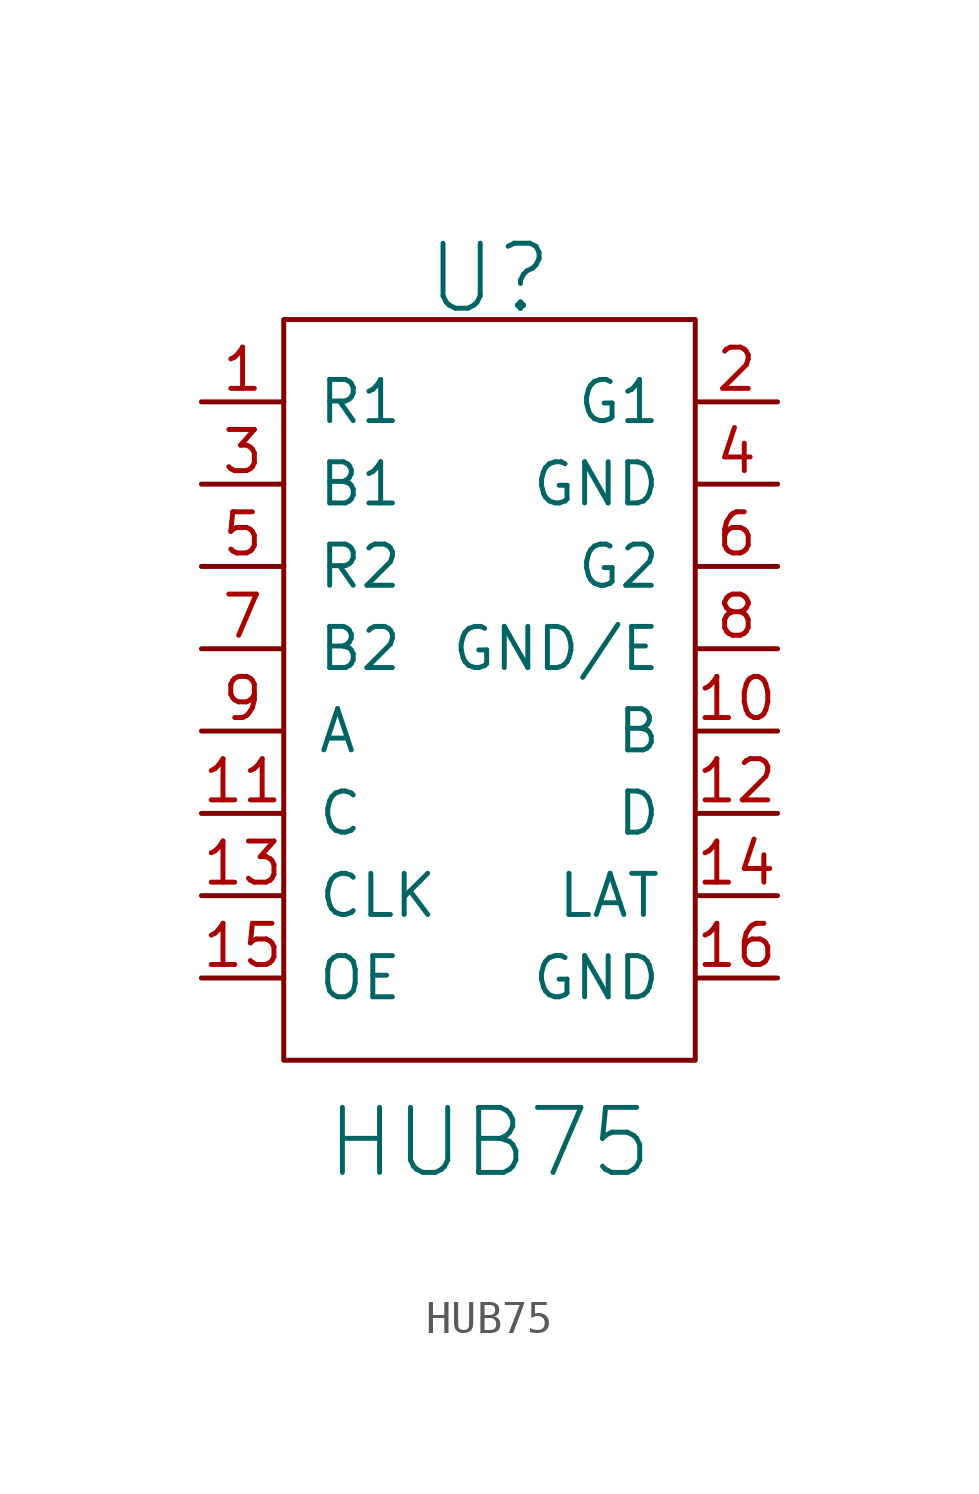
<source format=kicad_sym>
(kicad_symbol_lib
  (version 20220914)
  (generator kicad_symbol_editor)
  (symbol "HUB75"
    (pin_names
      (offset 1.016))
    (property "Reference" "U"
      (at 0 15.24 0)
      (effects (font (size 2.007 2.007))))
    (property "Value" "HUB75"
      (at 0 -11.43 0)
      (effects (font (size 2.007 2.007))))
    (symbol "HUB75_0_1"
      (rectangle (start -6.35 13.97) (end 6.35 -8.89) (stroke (width 0) (type solid)) (fill (type none))))
    (symbol "HUB75_1_1"
      (pin input line (at -8.89 11.43 0) (length 2.54) (name "R1" (effects (font (size 1.27 1.27)))) (number "1" (effects (font (size 1.27 1.27)))))
      (pin input line (at 8.89 1.27 180) (length 2.54) (name "B" (effects (font (size 1.27 1.27)))) (number "10" (effects (font (size 1.27 1.27)))))
      (pin input line (at -8.89 -1.27 0) (length 2.54) (name "C" (effects (font (size 1.27 1.27)))) (number "11" (effects (font (size 1.27 1.27)))))
      (pin input line (at 8.89 -1.27 180) (length 2.54) (name "D" (effects (font (size 1.27 1.27)))) (number "12" (effects (font (size 1.27 1.27)))))
      (pin input line (at -8.89 -3.81 0) (length 2.54) (name "CLK" (effects (font (size 1.27 1.27)))) (number "13" (effects (font (size 1.27 1.27)))))
      (pin input line (at 8.89 -3.81 180) (length 2.54) (name "LAT" (effects (font (size 1.27 1.27)))) (number "14" (effects (font (size 1.27 1.27)))))
      (pin input line (at -8.89 -6.35 0) (length 2.54) (name "OE" (effects (font (size 1.27 1.27)))) (number "15" (effects (font (size 1.27 1.27)))))
      (pin input line (at 8.89 -6.35 180) (length 2.54) (name "GND" (effects (font (size 1.27 1.27)))) (number "16" (effects (font (size 1.27 1.27)))))
      (pin input line (at 8.89 11.43 180) (length 2.54) (name "G1" (effects (font (size 1.27 1.27)))) (number "2" (effects (font (size 1.27 1.27)))))
      (pin input line (at -8.89 8.89 0) (length 2.54) (name "B1" (effects (font (size 1.27 1.27)))) (number "3" (effects (font (size 1.27 1.27)))))
      (pin input line (at 8.89 8.89 180) (length 2.54) (name "GND" (effects (font (size 1.27 1.27)))) (number "4" (effects (font (size 1.27 1.27)))))
      (pin input line (at -8.89 6.35 0) (length 2.54) (name "R2" (effects (font (size 1.27 1.27)))) (number "5" (effects (font (size 1.27 1.27)))))
      (pin input line (at 8.89 6.35 180) (length 2.54) (name "G2" (effects (font (size 1.27 1.27)))) (number "6" (effects (font (size 1.27 1.27)))))
      (pin input line (at -8.89 3.81 0) (length 2.54) (name "B2" (effects (font (size 1.27 1.27)))) (number "7" (effects (font (size 1.27 1.27)))))
      (pin input line (at 8.89 3.81 180) (length 2.54) (name "GND/E" (effects (font (size 1.27 1.27)))) (number "8" (effects (font (size 1.27 1.27)))))
      (pin input line (at -8.89 1.27 0) (length 2.54) (name "A" (effects (font (size 1.27 1.27)))) (number "9" (effects (font (size 1.27 1.27))))))))
</source>
